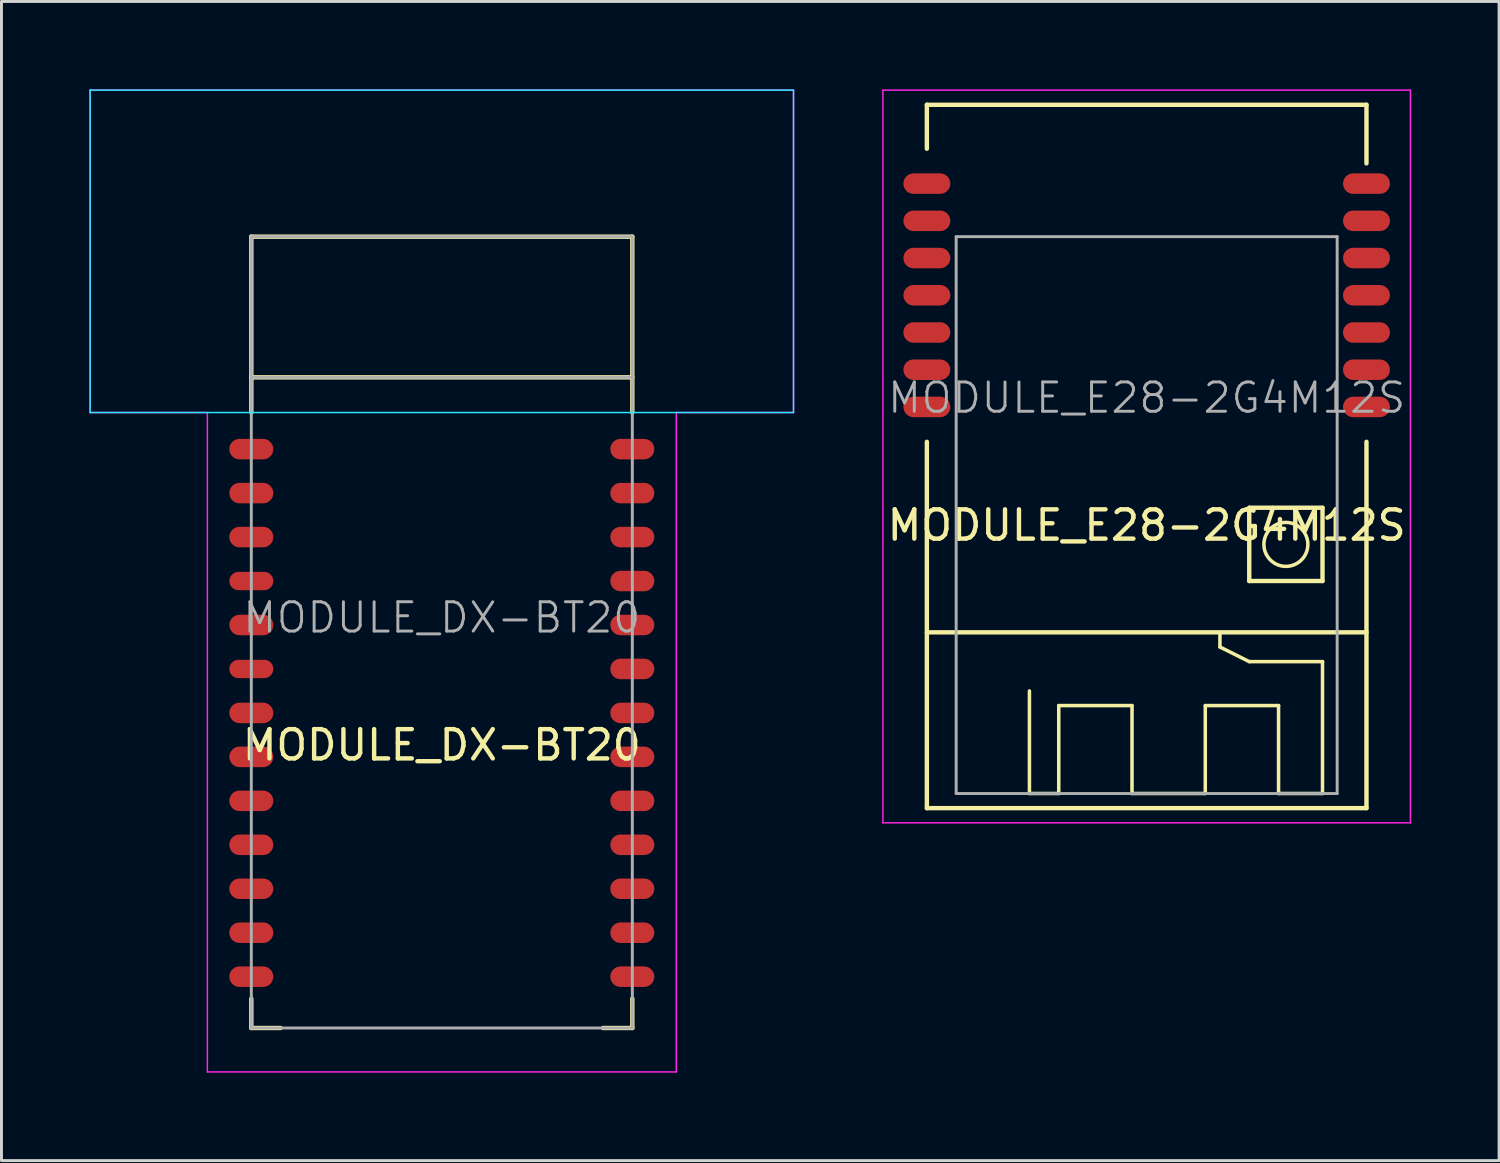
<source format=kicad_pcb>
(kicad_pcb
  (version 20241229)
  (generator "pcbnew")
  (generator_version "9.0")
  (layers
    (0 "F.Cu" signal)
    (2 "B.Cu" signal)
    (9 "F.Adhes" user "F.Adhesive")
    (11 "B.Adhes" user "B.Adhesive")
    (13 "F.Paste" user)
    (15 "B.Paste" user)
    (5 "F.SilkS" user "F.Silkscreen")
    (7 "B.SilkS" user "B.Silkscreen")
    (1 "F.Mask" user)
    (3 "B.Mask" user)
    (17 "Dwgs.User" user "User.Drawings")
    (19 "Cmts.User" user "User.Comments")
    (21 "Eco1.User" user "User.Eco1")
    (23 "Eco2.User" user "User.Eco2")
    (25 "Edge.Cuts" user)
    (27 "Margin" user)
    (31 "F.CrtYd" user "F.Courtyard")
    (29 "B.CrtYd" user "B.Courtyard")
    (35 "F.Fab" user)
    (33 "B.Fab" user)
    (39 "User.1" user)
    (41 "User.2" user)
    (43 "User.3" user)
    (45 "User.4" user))
  (footprint "MODULE_E28-2G4M12S"
    (layer "F.Cu")
    (at 36.075 24.525)
    (property "Reference" "MODULE_E28-2G4M12S" (at 0 -9.652 0) (layer "F.SilkS") (effects (font (size 1 1) (thickness 0.15))))
    (attr smd)
    (fp_line (start -7.5 -24) (end 7.5 -24) (stroke (width 0.15) (type solid)) (layer "F.SilkS"))
    (fp_line (start -7.5 -22.5) (end -7.5 -24) (stroke (width 0.15) (type solid)) (layer "F.SilkS"))
    (fp_line (start -7.5 -6) (end 7.5 -6) (stroke (width 0.15) (type solid)) (layer "F.SilkS"))
    (fp_line (start -7.5 0) (end -7.5 -12.5) (stroke (width 0.15) (type solid)) (layer "F.SilkS"))
    (fp_line (start -7.5 0) (end 7.5 0) (stroke (width 0.15) (type solid)) (layer "F.SilkS"))
    (fp_line (start -4 -0.5) (end -4 -4) (stroke (width 0.12) (type solid)) (layer "F.SilkS"))
    (fp_line (start -3 -3.5) (end -3 -0.5) (stroke (width 0.12) (type solid)) (layer "F.SilkS"))
    (fp_line (start -3 -0.5) (end -4 -0.5) (stroke (width 0.12) (type solid)) (layer "F.SilkS"))
    (fp_line (start -0.5 -3.5) (end -3 -3.5) (stroke (width 0.12) (type solid)) (layer "F.SilkS"))
    (fp_line (start -0.5 -0.5) (end -0.5 -3.5) (stroke (width 0.12) (type solid)) (layer "F.SilkS"))
    (fp_line (start 2 -3.5) (end 2 -0.5) (stroke (width 0.12) (type solid)) (layer "F.SilkS"))
    (fp_line (start 2 -0.5) (end -0.5 -0.5) (stroke (width 0.12) (type solid)) (layer "F.SilkS"))
    (fp_line (start 2.5 -6) (end 2.5 -5.5) (stroke (width 0.12) (type solid)) (layer "F.SilkS"))
    (fp_line (start 2.5 -5.5) (end 3.5 -5) (stroke (width 0.12) (type solid)) (layer "F.SilkS"))
    (fp_line (start 3.5 -10.25) (end 6 -10.25) (stroke (width 0.15) (type solid)) (layer "F.SilkS"))
    (fp_line (start 3.5 -7.75) (end 3.5 -10.25) (stroke (width 0.15) (type solid)) (layer "F.SilkS"))
    (fp_line (start 3.5 -7.75) (end 6 -7.75) (stroke (width 0.15) (type solid)) (layer "F.SilkS"))
    (fp_line (start 3.5 -5) (end 6 -5) (stroke (width 0.12) (type solid)) (layer "F.SilkS"))
    (fp_line (start 4.5 -3.5) (end 2 -3.5) (stroke (width 0.12) (type solid)) (layer "F.SilkS"))
    (fp_line (start 4.5 -0.5) (end 4.5 -3.5) (stroke (width 0.12) (type solid)) (layer "F.SilkS"))
    (fp_line (start 6 -7.75) (end 6 -10.25) (stroke (width 0.15) (type solid)) (layer "F.SilkS"))
    (fp_line (start 6 -5) (end 6 -0.5) (stroke (width 0.12) (type solid)) (layer "F.SilkS"))
    (fp_line (start 6 -0.5) (end 4.5 -0.5) (stroke (width 0.12) (type solid)) (layer "F.SilkS"))
    (fp_line (start 7.5 -22) (end 7.5 -24) (stroke (width 0.15) (type solid)) (layer "F.SilkS"))
    (fp_line (start 7.5 0) (end 7.5 -12.5) (stroke (width 0.15) (type solid)) (layer "F.SilkS"))
    (fp_circle (center 4.75 -9) (end 5.5 -9) (stroke (width 0.12) (type solid)) (fill no) (layer "F.SilkS"))
    (fp_line (start -9 -24.5) (end -9 0.5) (stroke (width 0.05) (type solid)) (layer "F.CrtYd"))
    (fp_line (start -9 -24.5) (end 9 -24.5) (stroke (width 0.05) (type solid)) (layer "F.CrtYd"))
    (fp_line (start -9 0.5) (end 9 0.5) (stroke (width 0.05) (type solid)) (layer "F.CrtYd"))
    (fp_line (start 9 0.5) (end 9 -24.5) (stroke (width 0.05) (type solid)) (layer "F.CrtYd"))
    (fp_line (start -6.5 -19.5) (end 6.5 -19.5) (stroke (width 0.1) (type solid)) (layer "F.Fab"))
    (fp_line (start -6.5 -0.5) (end -6.5 -19.5) (stroke (width 0.1) (type solid)) (layer "F.Fab"))
    (fp_line (start 6.5 -19.5) (end 6.5 -0.5) (stroke (width 0.1) (type solid)) (layer "F.Fab"))
    (fp_line (start 6.5 -0.5) (end -6.5 -0.5) (stroke (width 0.1) (type solid)) (layer "F.Fab"))
    (fp_text user "${REFERENCE}" (at 0 -14 0) (layer "F.Fab") (effects (font (size 1 1) (thickness 0.1))))
    (pad "1" smd oval (at -7.5 -21.31) (size 1.6 0.7) (layers "F.Cu" "F.Mask" "F.Paste"))
    (pad "2" smd oval (at -7.5 -20.04) (size 1.6 0.7) (layers "F.Cu" "F.Mask" "F.Paste"))
    (pad "3" smd oval (at -7.5 -18.77) (size 1.6 0.7) (layers "F.Cu" "F.Mask" "F.Paste"))
    (pad "4" smd oval (at -7.5 -17.5) (size 1.6 0.7) (layers "F.Cu" "F.Mask" "F.Paste"))
    (pad "5" smd oval (at -7.5 -16.23) (size 1.6 0.7) (layers "F.Cu" "F.Mask" "F.Paste"))
    (pad "6" smd oval (at -7.5 -14.96) (size 1.6 0.7) (layers "F.Cu" "F.Mask" "F.Paste"))
    (pad "7" smd oval (at -7.5 -13.69) (size 1.6 0.7) (layers "F.Cu" "F.Mask" "F.Paste"))
    (pad "8" smd oval (at 7.5 -13.69) (size 1.6 0.7) (layers "F.Cu" "F.Mask" "F.Paste"))
    (pad "9" smd oval (at 7.5 -14.96) (size 1.6 0.7) (layers "F.Cu" "F.Mask" "F.Paste"))
    (pad "10" smd oval (at 7.5 -16.23) (size 1.6 0.7) (layers "F.Cu" "F.Mask" "F.Paste"))
    (pad "11" smd oval (at 7.5 -17.5) (size 1.6 0.7) (layers "F.Cu" "F.Mask" "F.Paste"))
    (pad "12" smd oval (at 7.5 -18.77) (size 1.6 0.7) (layers "F.Cu" "F.Mask" "F.Paste"))
    (pad "13" smd oval (at 7.5 -20.04) (size 1.6 0.7) (layers "F.Cu" "F.Mask" "F.Paste"))
    (pad "14" smd oval (at 7.5 -21.31) (size 1.6 0.7) (layers "F.Cu" "F.Mask" "F.Paste")))
  (footprint "MODULE_DX-BT20"
    (layer "F.Cu")
    (at 12.025 32.025)
    (property "Reference" "MODULE_DX-BT20" (at 0 -9.652 0) (layer "F.SilkS") (effects (font (size 1 1) (thickness 0.15))))
    (attr smd)
    (fp_line (start -6.5 -27) (end -6.5 -21) (stroke (width 0.15) (type solid)) (layer "F.SilkS"))
    (fp_line (start -6.5 -1) (end -6.5 0) (stroke (width 0.15) (type solid)) (layer "F.SilkS"))
    (fp_line (start -6.5 0) (end -5.5 0) (stroke (width 0.15) (type solid)) (layer "F.SilkS"))
    (fp_line (start 6.5 -27) (end -6.5 -27) (stroke (width 0.15) (type solid)) (layer "F.SilkS"))
    (fp_line (start 6.5 -22.2) (end -6.5 -22.2) (stroke (width 0.15) (type solid)) (layer "F.SilkS"))
    (fp_line (start 6.5 -21) (end 6.5 -27) (stroke (width 0.15) (type solid)) (layer "F.SilkS"))
    (fp_line (start 6.5 0) (end 5.5 0) (stroke (width 0.15) (type solid)) (layer "F.SilkS"))
    (fp_line (start 6.5 0) (end 6.5 -1) (stroke (width 0.15) (type solid)) (layer "F.SilkS"))
    (fp_line (start -12 -32) (end 12 -32) (stroke (width 0.05) (type solid)) (layer "B.CrtYd"))
    (fp_line (start -12 -21) (end -12 -32) (stroke (width 0.05) (type solid)) (layer "B.CrtYd"))
    (fp_line (start 12 -32) (end 12 -21) (stroke (width 0.05) (type solid)) (layer "B.CrtYd"))
    (fp_line (start 12 -21) (end -12 -21) (stroke (width 0.05) (type solid)) (layer "B.CrtYd"))
    (fp_line (start -12 -32) (end -12 -21) (stroke (width 0.05) (type solid)) (layer "F.CrtYd"))
    (fp_line (start -12 -21) (end -8 -21) (stroke (width 0.05) (type solid)) (layer "F.CrtYd"))
    (fp_line (start -8 -21) (end -8 1.5) (stroke (width 0.05) (type solid)) (layer "F.CrtYd"))
    (fp_line (start -8 1.5) (end 8 1.5) (stroke (width 0.05) (type solid)) (layer "F.CrtYd"))
    (fp_line (start 8 -21) (end 12 -21) (stroke (width 0.05) (type solid)) (layer "F.CrtYd"))
    (fp_line (start 8 1.5) (end 8 -21) (stroke (width 0.05) (type solid)) (layer "F.CrtYd"))
    (fp_line (start 12 -32) (end -12 -32) (stroke (width 0.05) (type solid)) (layer "F.CrtYd"))
    (fp_line (start 12 -21) (end 12 -32) (stroke (width 0.05) (type solid)) (layer "F.CrtYd"))
    (fp_line (start -6.5 -27) (end 6.5 -27) (stroke (width 0.1) (type solid)) (layer "F.Fab"))
    (fp_line (start -6.5 -22.2) (end 6.5 -22.2) (stroke (width 0.1) (type solid)) (layer "F.Fab"))
    (fp_line (start -6.5 0) (end -6.5 -27) (stroke (width 0.1) (type solid)) (layer "F.Fab"))
    (fp_line (start 6.5 -27) (end 6.5 0) (stroke (width 0.1) (type solid)) (layer "F.Fab"))
    (fp_line (start 6.5 0) (end -6.5 0) (stroke (width 0.1) (type solid)) (layer "F.Fab"))
    (fp_text user "${REFERENCE}" (at 0 -14 0) (layer "F.Fab") (effects (font (size 1 1) (thickness 0.1))))
    (pad "1" smd oval (at -6.5 -19.75) (size 1.5 0.7) (layers "F.Cu" "F.Mask" "F.Paste"))
    (pad "2" smd oval (at -6.5 -18.25) (size 1.5 0.7) (layers "F.Cu" "F.Mask" "F.Paste"))
    (pad "3" smd oval (at -6.5 -16.75) (size 1.5 0.7) (layers "F.Cu" "F.Mask" "F.Paste"))
    (pad "4" smd oval (at -6.5 -15.25) (size 1.5 0.625) (layers "F.Cu" "F.Mask" "F.Paste"))
    (pad "5" smd oval (at -6.5 -13.75) (size 1.5 0.7) (layers "F.Cu" "F.Mask" "F.Paste"))
    (pad "6" smd oval (at -6.5 -12.25) (size 1.5 0.625) (layers "F.Cu" "F.Mask" "F.Paste"))
    (pad "7" smd oval (at -6.5 -10.75) (size 1.5 0.7) (layers "F.Cu" "F.Mask" "F.Paste"))
    (pad "8" smd oval (at -6.5 -9.25) (size 1.5 0.7) (layers "F.Cu" "F.Mask" "F.Paste"))
    (pad "9" smd oval (at -6.5 -7.75) (size 1.5 0.7) (layers "F.Cu" "F.Mask" "F.Paste"))
    (pad "10" smd oval (at -6.5 -6.25) (size 1.5 0.7) (layers "F.Cu" "F.Mask" "F.Paste"))
    (pad "11" smd oval (at -6.5 -4.75) (size 1.5 0.7) (layers "F.Cu" "F.Mask" "F.Paste"))
    (pad "12" smd oval (at -6.5 -3.25) (size 1.5 0.7) (layers "F.Cu" "F.Mask" "F.Paste"))
    (pad "13" smd oval (at -6.5 -1.75) (size 1.5 0.7) (layers "F.Cu" "F.Mask" "F.Paste"))
    (pad "14" smd oval (at 6.5 -1.75) (size 1.5 0.7) (layers "F.Cu" "F.Mask" "F.Paste"))
    (pad "15" smd oval (at 6.5 -3.25) (size 1.5 0.7) (layers "F.Cu" "F.Mask" "F.Paste"))
    (pad "16" smd oval (at 6.5 -4.75) (size 1.5 0.7) (layers "F.Cu" "F.Mask" "F.Paste"))
    (pad "17" smd oval (at 6.5 -6.25) (size 1.5 0.7) (layers "F.Cu" "F.Mask" "F.Paste"))
    (pad "18" smd oval (at 6.5 -7.75) (size 1.5 0.7) (layers "F.Cu" "F.Mask" "F.Paste"))
    (pad "19" smd oval (at 6.5 -9.25) (size 1.5 0.7) (layers "F.Cu" "F.Mask" "F.Paste"))
    (pad "20" smd oval (at 6.5 -10.75) (size 1.5 0.7) (layers "F.Cu" "F.Mask" "F.Paste"))
    (pad "21" smd oval (at 6.5 -12.25) (size 1.5 0.7) (layers "F.Cu" "F.Mask" "F.Paste"))
    (pad "22" smd oval (at 6.5 -13.75) (size 1.5 0.7) (layers "F.Cu" "F.Mask" "F.Paste"))
    (pad "23" smd oval (at 6.5 -15.25) (size 1.5 0.7) (layers "F.Cu" "F.Mask" "F.Paste"))
    (pad "24" smd oval (at 6.5 -16.75) (size 1.5 0.7) (layers "F.Cu" "F.Mask" "F.Paste"))
    (pad "25" smd oval (at 6.5 -18.25) (size 1.5 0.7) (layers "F.Cu" "F.Mask" "F.Paste"))
    (pad "26" smd oval (at 6.5 -19.75) (size 1.5 0.7) (layers "F.Cu" "F.Mask" "F.Paste")))
  (gr_rect
    (start -3 -3)
    (end 48.1 36.55)
    (stroke (width 0.1) (type default))
    (fill no)
    (layer "Edge.Cuts")))
</source>
